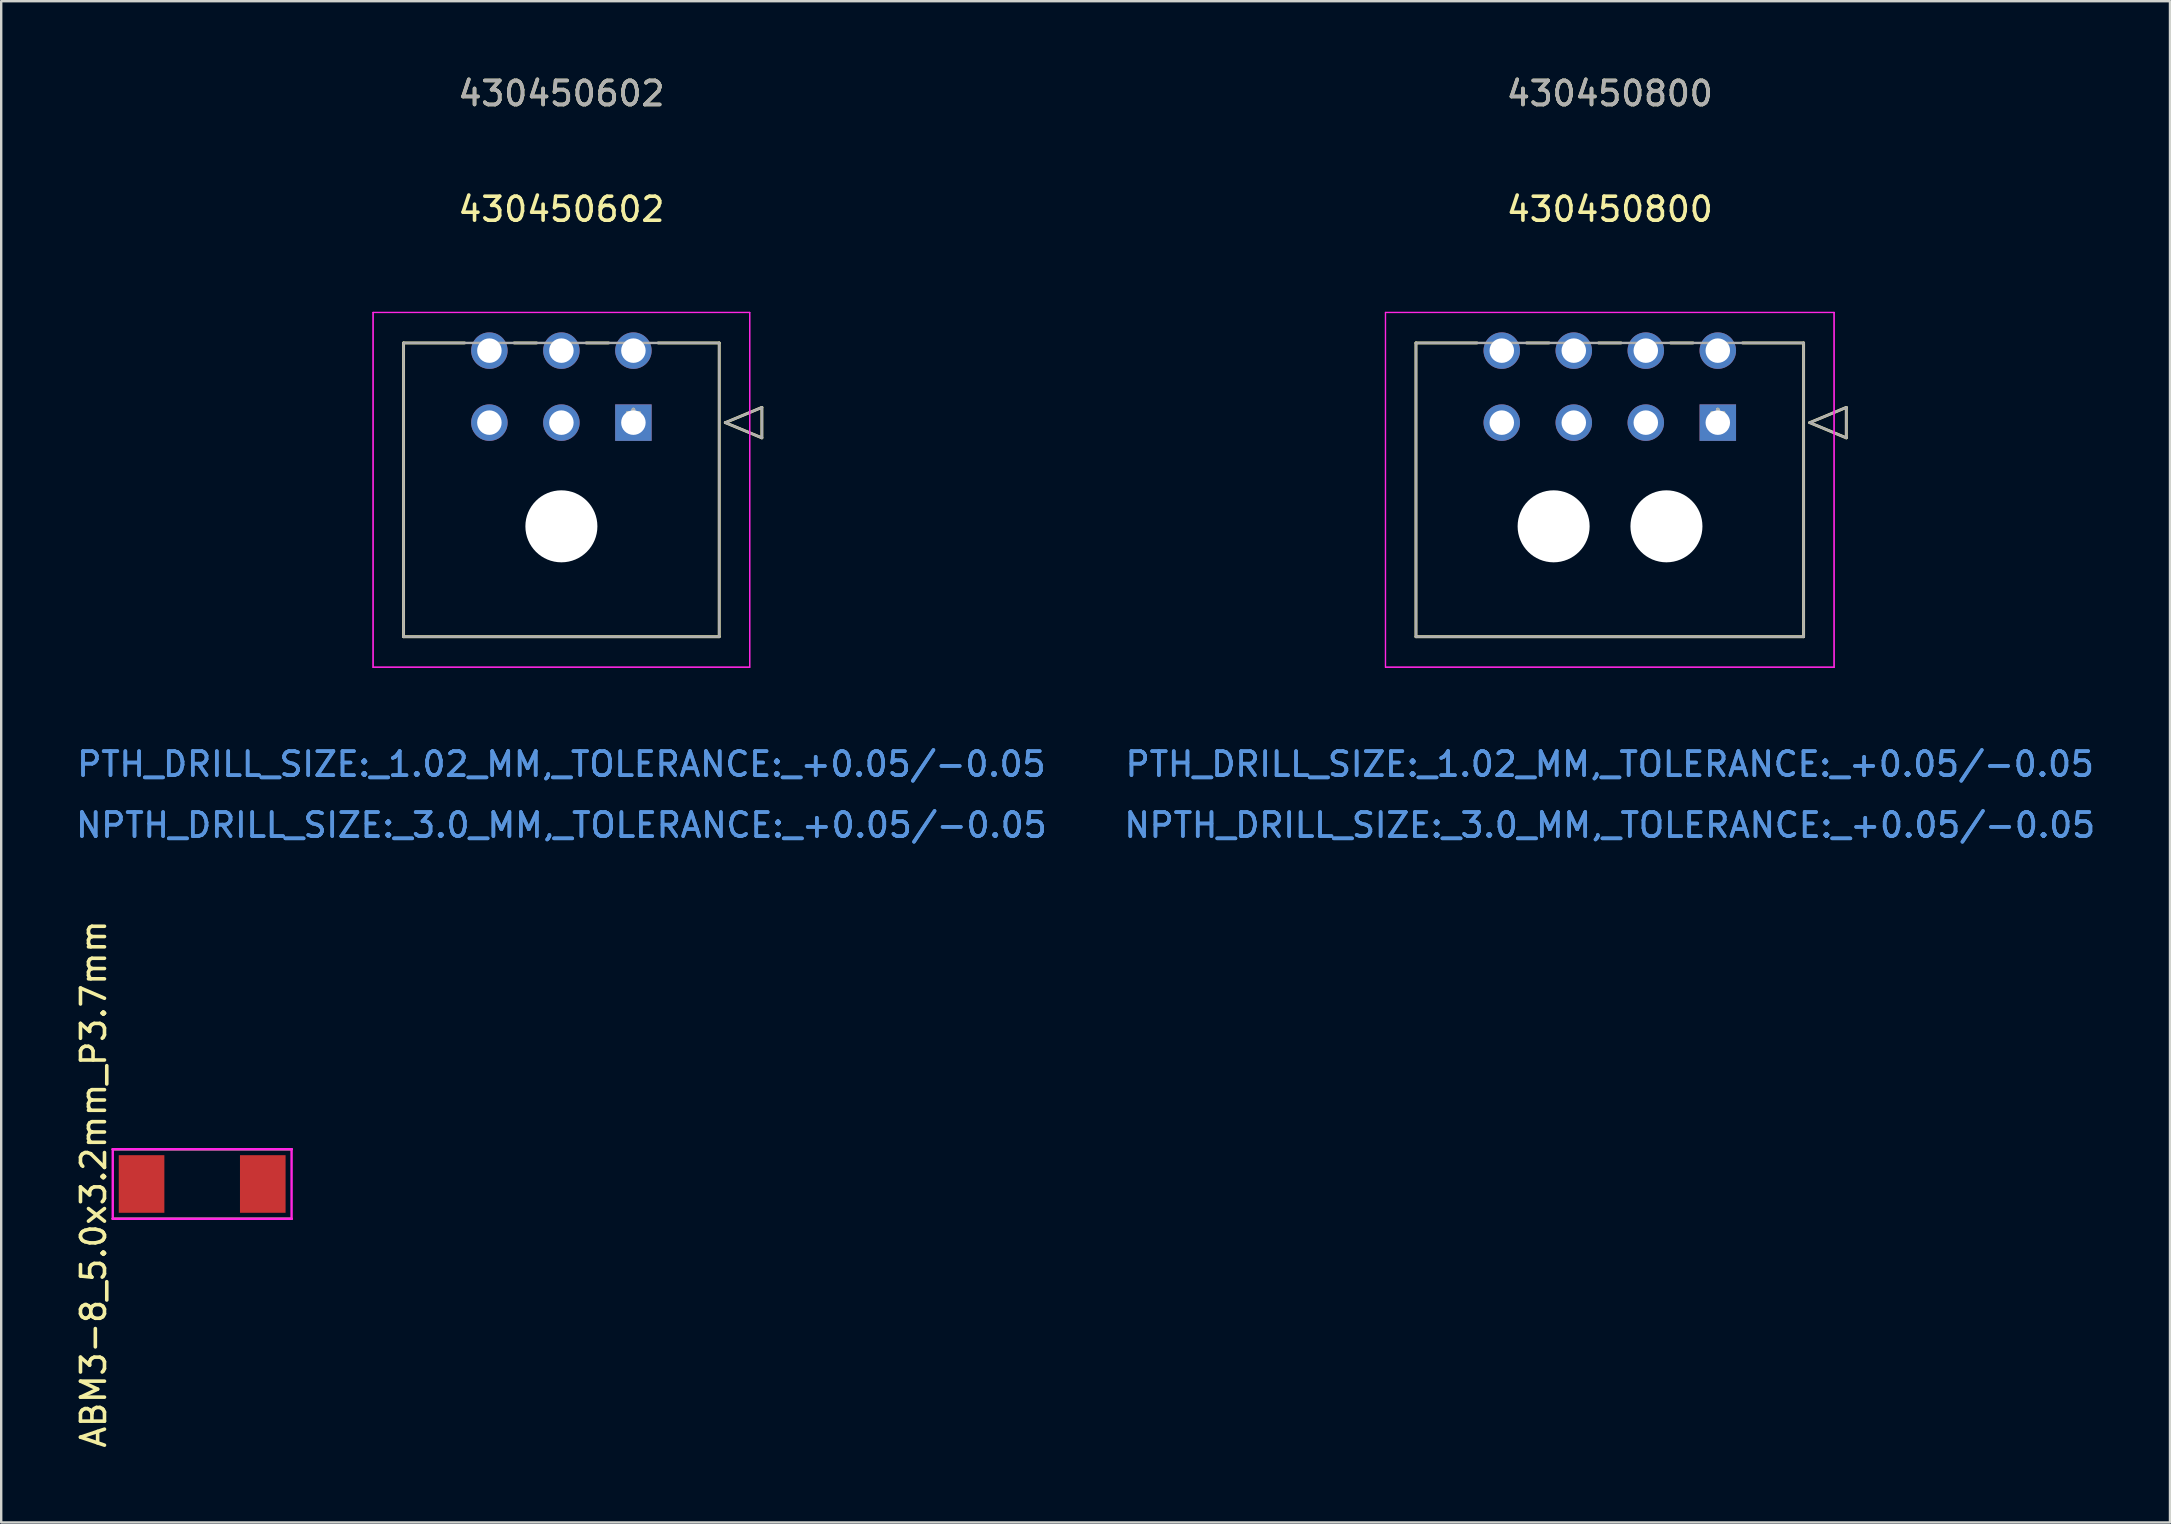
<source format=kicad_pcb>
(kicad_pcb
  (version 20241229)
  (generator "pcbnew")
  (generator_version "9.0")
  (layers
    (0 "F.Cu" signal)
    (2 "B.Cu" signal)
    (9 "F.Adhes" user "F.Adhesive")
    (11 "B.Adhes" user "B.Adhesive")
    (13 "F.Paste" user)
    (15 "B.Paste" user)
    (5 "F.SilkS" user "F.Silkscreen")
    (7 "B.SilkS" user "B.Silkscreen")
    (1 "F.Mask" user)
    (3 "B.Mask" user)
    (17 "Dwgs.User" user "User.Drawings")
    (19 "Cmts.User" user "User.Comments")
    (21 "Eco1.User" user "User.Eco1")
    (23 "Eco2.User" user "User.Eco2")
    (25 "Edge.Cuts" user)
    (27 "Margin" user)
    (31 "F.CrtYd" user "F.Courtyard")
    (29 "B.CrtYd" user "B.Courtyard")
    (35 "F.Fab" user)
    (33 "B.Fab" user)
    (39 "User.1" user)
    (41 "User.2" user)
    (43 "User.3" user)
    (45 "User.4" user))
  (footprint "430450800"
    (layer "F.Cu")
    (at 68.518 14.558)
    (property "Reference" "430450800" (at -4.5 -8.89 0) (layer "F.SilkS") (effects (font (size 1 1) (thickness 0.15))))
    (attr through_hole)
    (fp_line (start -12.575 -3.32) (end -12.575 8.92) (stroke (width 0.12) (type solid)) (layer "F.SilkS"))
    (fp_line (start -12.575 8.92) (end 3.575 8.92) (stroke (width 0.12) (type solid)) (layer "F.SilkS"))
    (fp_line (start -10.032 -3.32) (end -12.575 -3.32) (stroke (width 0.12) (type solid)) (layer "F.SilkS"))
    (fp_line (start -7.032 -3.32) (end -7.968 -3.32) (stroke (width 0.12) (type solid)) (layer "F.SilkS"))
    (fp_line (start -4.032 -3.32) (end -4.968 -3.32) (stroke (width 0.12) (type solid)) (layer "F.SilkS"))
    (fp_line (start -1.032 -3.32) (end -1.968 -3.32) (stroke (width 0.12) (type solid)) (layer "F.SilkS"))
    (fp_line (start 3.575 -3.32) (end 1.032 -3.32) (stroke (width 0.12) (type solid)) (layer "F.SilkS"))
    (fp_line (start 3.575 8.92) (end 3.575 -3.32) (stroke (width 0.12) (type solid)) (layer "F.SilkS"))
    (fp_line (start 3.829 0) (end 5.353 -0.635) (stroke (width 0.12) (type solid)) (layer "F.SilkS"))
    (fp_line (start 5.353 -0.635) (end 5.353 0.635) (stroke (width 0.12) (type solid)) (layer "F.SilkS"))
    (fp_line (start 5.353 0.635) (end 3.829 0) (stroke (width 0.12) (type solid)) (layer "F.SilkS"))
    (fp_line (start -13.845 -4.59) (end -13.845 10.19) (stroke (width 0.05) (type solid)) (layer "F.CrtYd"))
    (fp_line (start -13.845 -4.59) (end -13.845 10.19) (stroke (width 0.05) (type solid)) (layer "F.CrtYd"))
    (fp_line (start -13.845 10.19) (end 4.845 10.19) (stroke (width 0.05) (type solid)) (layer "F.CrtYd"))
    (fp_line (start -13.845 10.19) (end 4.845 10.19) (stroke (width 0.05) (type solid)) (layer "F.CrtYd"))
    (fp_line (start 4.845 -4.59) (end -13.845 -4.59) (stroke (width 0.05) (type solid)) (layer "F.CrtYd"))
    (fp_line (start 4.845 -4.59) (end -13.845 -4.59) (stroke (width 0.05) (type solid)) (layer "F.CrtYd"))
    (fp_line (start 4.845 10.19) (end 4.845 -4.59) (stroke (width 0.05) (type solid)) (layer "F.CrtYd"))
    (fp_line (start 4.845 10.19) (end 4.845 -4.59) (stroke (width 0.05) (type solid)) (layer "F.CrtYd"))
    (fp_line (start -12.575 -3.32) (end -12.575 8.92) (stroke (width 0.1) (type solid)) (layer "F.Fab"))
    (fp_line (start -12.575 8.92) (end 3.575 8.92) (stroke (width 0.1) (type solid)) (layer "F.Fab"))
    (fp_line (start 3.575 -3.32) (end -12.575 -3.32) (stroke (width 0.1) (type solid)) (layer "F.Fab"))
    (fp_line (start 3.575 8.92) (end 3.575 -3.32) (stroke (width 0.1) (type solid)) (layer "F.Fab"))
    (fp_line (start 3.829 0) (end 5.353 -0.635) (stroke (width 0.1) (type solid)) (layer "F.Fab"))
    (fp_line (start 5.353 -0.635) (end 5.353 0.635) (stroke (width 0.1) (type solid)) (layer "F.Fab"))
    (fp_line (start 5.353 0.635) (end 3.829 0) (stroke (width 0.1) (type solid)) (layer "F.Fab"))
    (fp_text user "430450800" (at -4.5 -13.71 0) (layer "F.SilkS") (effects (font (size 1 1) (thickness 0.15))))
    (fp_text user "*" (at 0 0 0) (layer "F.SilkS") (effects (font (size 1 1) (thickness 0.15))))
    (fp_text user "NPTH_DRILL_SIZE:_3.0_MM,_TOLERANCE:_+0.05/-0.05" (at -4.5 16.77 0) (layer "Cmts.User") (effects (font (size 1 1) (thickness 0.15))))
    (fp_text user "NPTH_DRILL_SIZE:_3.0_MM,_TOLERANCE:_+0.05/-0.05" (at -4.5 16.77 0) (layer "Cmts.User") (effects (font (size 1 1) (thickness 0.15))))
    (fp_text user "PTH_DRILL_SIZE:_1.02_MM,_TOLERANCE:_+0.05/-0.05" (at -4.5 14.23 0) (layer "Cmts.User") (effects (font (size 1 1) (thickness 0.15))))
    (fp_text user "Copyright 2021 Accelerated Designs. All rights reserved." (at 0 0 0) (layer "Cmts.User") (effects (font (size 0.127 0.127) (thickness 0.002))))
    (fp_text user "PTH_DRILL_SIZE:_1.02_MM,_TOLERANCE:_+0.05/-0.05" (at -4.5 14.23 0) (layer "Cmts.User") (effects (font (size 1 1) (thickness 0.15))))
    (fp_text user "*" (at 0 0 0) (layer "F.Fab") (effects (font (size 1 1) (thickness 0.15))))
    (fp_text user "430450800" (at -4.5 -13.71 0) (layer "F.Fab") (effects (font (size 1 1) (thickness 0.15))))
    (pad "" np_thru_hole circle (at -6.84 4.32) (size 3 3) (drill 3) (layers "*.Cu" "*.Mask"))
    (pad "" np_thru_hole circle (at -2.14 4.32) (size 3 3) (drill 3) (layers "*.Cu" "*.Mask"))
    (pad "1" thru_hole rect (at 0 0) (size 1.52 1.52) (drill 1.02) (layers "*.Cu" "*.Mask"))
    (pad "2" thru_hole circle (at -3 0) (size 1.52 1.52) (drill 1.02) (layers "*.Cu" "*.Mask"))
    (pad "3" thru_hole circle (at -6 0) (size 1.52 1.52) (drill 1.02) (layers "*.Cu" "*.Mask"))
    (pad "4" thru_hole circle (at -9 0) (size 1.52 1.52) (drill 1.02) (layers "*.Cu" "*.Mask"))
    (pad "5" thru_hole circle (at 0 -3) (size 1.52 1.52) (drill 1.02) (layers "*.Cu" "*.Mask"))
    (pad "6" thru_hole circle (at -3 -3) (size 1.52 1.52) (drill 1.02) (layers "*.Cu" "*.Mask"))
    (pad "7" thru_hole circle (at -6 -3) (size 1.52 1.52) (drill 1.02) (layers "*.Cu" "*.Mask"))
    (pad "8" thru_hole circle (at -9 -3) (size 1.52 1.52) (drill 1.02) (layers "*.Cu" "*.Mask")))
  (footprint "430450602"
    (layer "F.Cu")
    (at 23.339 14.558)
    (property "Reference" "430450602" (at -3 -8.89 0) (layer "F.SilkS") (effects (font (size 1 1) (thickness 0.15))))
    (attr through_hole)
    (fp_line (start -9.575 -3.32) (end -9.575 8.92) (stroke (width 0.12) (type solid)) (layer "F.SilkS"))
    (fp_line (start -9.575 8.92) (end 3.575 8.92) (stroke (width 0.12) (type solid)) (layer "F.SilkS"))
    (fp_line (start -7.032 -3.32) (end -9.575 -3.32) (stroke (width 0.12) (type solid)) (layer "F.SilkS"))
    (fp_line (start -4.032 -3.32) (end -4.968 -3.32) (stroke (width 0.12) (type solid)) (layer "F.SilkS"))
    (fp_line (start -1.032 -3.32) (end -1.968 -3.32) (stroke (width 0.12) (type solid)) (layer "F.SilkS"))
    (fp_line (start 3.575 -3.32) (end 1.032 -3.32) (stroke (width 0.12) (type solid)) (layer "F.SilkS"))
    (fp_line (start 3.575 8.92) (end 3.575 -3.32) (stroke (width 0.12) (type solid)) (layer "F.SilkS"))
    (fp_line (start 3.829 0) (end 5.353 -0.635) (stroke (width 0.12) (type solid)) (layer "F.SilkS"))
    (fp_line (start 5.353 -0.635) (end 5.353 0.635) (stroke (width 0.12) (type solid)) (layer "F.SilkS"))
    (fp_line (start 5.353 0.635) (end 3.829 0) (stroke (width 0.12) (type solid)) (layer "F.SilkS"))
    (fp_line (start -10.845 -4.59) (end -10.845 10.19) (stroke (width 0.05) (type solid)) (layer "F.CrtYd"))
    (fp_line (start -10.845 -4.59) (end -10.845 10.19) (stroke (width 0.05) (type solid)) (layer "F.CrtYd"))
    (fp_line (start -10.845 10.19) (end 4.845 10.19) (stroke (width 0.05) (type solid)) (layer "F.CrtYd"))
    (fp_line (start -10.845 10.19) (end 4.845 10.19) (stroke (width 0.05) (type solid)) (layer "F.CrtYd"))
    (fp_line (start 4.845 -4.59) (end -10.845 -4.59) (stroke (width 0.05) (type solid)) (layer "F.CrtYd"))
    (fp_line (start 4.845 -4.59) (end -10.845 -4.59) (stroke (width 0.05) (type solid)) (layer "F.CrtYd"))
    (fp_line (start 4.845 10.19) (end 4.845 -4.59) (stroke (width 0.05) (type solid)) (layer "F.CrtYd"))
    (fp_line (start 4.845 10.19) (end 4.845 -4.59) (stroke (width 0.05) (type solid)) (layer "F.CrtYd"))
    (fp_line (start -9.575 -3.32) (end -9.575 8.92) (stroke (width 0.1) (type solid)) (layer "F.Fab"))
    (fp_line (start -9.575 8.92) (end 3.575 8.92) (stroke (width 0.1) (type solid)) (layer "F.Fab"))
    (fp_line (start 3.575 -3.32) (end -9.575 -3.32) (stroke (width 0.1) (type solid)) (layer "F.Fab"))
    (fp_line (start 3.575 8.92) (end 3.575 -3.32) (stroke (width 0.1) (type solid)) (layer "F.Fab"))
    (fp_line (start 3.829 0) (end 5.353 -0.635) (stroke (width 0.1) (type solid)) (layer "F.Fab"))
    (fp_line (start 5.353 -0.635) (end 5.353 0.635) (stroke (width 0.1) (type solid)) (layer "F.Fab"))
    (fp_line (start 5.353 0.635) (end 3.829 0) (stroke (width 0.1) (type solid)) (layer "F.Fab"))
    (fp_text user "*" (at 0 0 0) (layer "F.SilkS") (effects (font (size 1 1) (thickness 0.15))))
    (fp_text user "430450602" (at -3 -13.71 0) (layer "F.SilkS") (effects (font (size 1 1) (thickness 0.15))))
    (fp_text user "NPTH_DRILL_SIZE:_3.0_MM,_TOLERANCE:_+0.05/-0.05" (at -3 16.77 0) (layer "Cmts.User") (effects (font (size 1 1) (thickness 0.15))))
    (fp_text user "PTH_DRILL_SIZE:_1.02_MM,_TOLERANCE:_+0.05/-0.05" (at -3 14.23 0) (layer "Cmts.User") (effects (font (size 1 1) (thickness 0.15))))
    (fp_text user "NPTH_DRILL_SIZE:_3.0_MM,_TOLERANCE:_+0.05/-0.05" (at -3 16.77 0) (layer "Cmts.User") (effects (font (size 1 1) (thickness 0.15))))
    (fp_text user "PTH_DRILL_SIZE:_1.02_MM,_TOLERANCE:_+0.05/-0.05" (at -3 14.23 0) (layer "Cmts.User") (effects (font (size 1 1) (thickness 0.15))))
    (fp_text user "Copyright 2021 Accelerated Designs. All rights reserved." (at 0 0 0) (layer "Cmts.User") (effects (font (size 0.127 0.127) (thickness 0.002))))
    (fp_text user "430450602" (at -3 -13.71 0) (layer "F.Fab") (effects (font (size 1 1) (thickness 0.15))))
    (fp_text user "*" (at 0 0 0) (layer "F.Fab") (effects (font (size 1 1) (thickness 0.15))))
    (pad "" np_thru_hole circle (at -3 4.32) (size 3 3) (drill 3) (layers "*.Cu" "*.Mask"))
    (pad "1" thru_hole rect (at 0 0) (size 1.52 1.52) (drill 1.02) (layers "*.Cu" "*.Mask"))
    (pad "2" thru_hole circle (at -3 0) (size 1.52 1.52) (drill 1.02) (layers "*.Cu" "*.Mask"))
    (pad "3" thru_hole circle (at -6 0) (size 1.52 1.52) (drill 1.02) (layers "*.Cu" "*.Mask"))
    (pad "4" thru_hole circle (at 0 -3) (size 1.52 1.52) (drill 1.02) (layers "*.Cu" "*.Mask"))
    (pad "5" thru_hole circle (at -3 -3) (size 1.52 1.52) (drill 1.02) (layers "*.Cu" "*.Mask"))
    (pad "6" thru_hole circle (at -6 -3) (size 1.52 1.52) (drill 1.02) (layers "*.Cu" "*.Mask")))
  (footprint "ABM3-8_5.0x3.2mm_P3.7mm"
    (layer "F.Cu")
    (at 2.848 46.278)
    (property "Reference" "ABM3-8_5.0x3.2mm_P3.7mm" (at -2 0 90) (layer "F.SilkS") (effects (font (size 1 1) (thickness 0.15))))
    (attr through_hole)
    (fp_line (start 6.25 -1.45) (end -1.2 -1.45) (stroke (width 0.1) (type solid)) (layer "F.SilkS"))
    (fp_line (start 6.25 1.45) (end -1.2 1.45) (stroke (width 0.1) (type solid)) (layer "F.SilkS"))
    (fp_line (start -1.2 -1.45) (end -1.2 1.45) (stroke (width 0.1) (type solid)) (layer "F.CrtYd"))
    (fp_line (start 6.25 -1.45) (end -1.2 -1.45) (stroke (width 0.1) (type solid)) (layer "F.CrtYd"))
    (fp_line (start 6.25 -1.45) (end 6.25 1.45) (stroke (width 0.1) (type solid)) (layer "F.CrtYd"))
    (fp_line (start 6.25 1.45) (end -1.2 1.45) (stroke (width 0.1) (type solid)) (layer "F.CrtYd"))
    (pad "1" smd rect (at 0 0) (size 1.9 2.4) (layers "F.Cu" "F.Mask" "F.Paste"))
    (pad "2" smd rect (at 5.05 0) (size 1.9 2.4) (layers "F.Cu" "F.Mask" "F.Paste")))
  (gr_rect
    (start -3 -3)
    (end 87.357 60.379)
    (stroke (width 0.1) (type default))
    (fill no)
    (layer "Edge.Cuts")))
</source>
